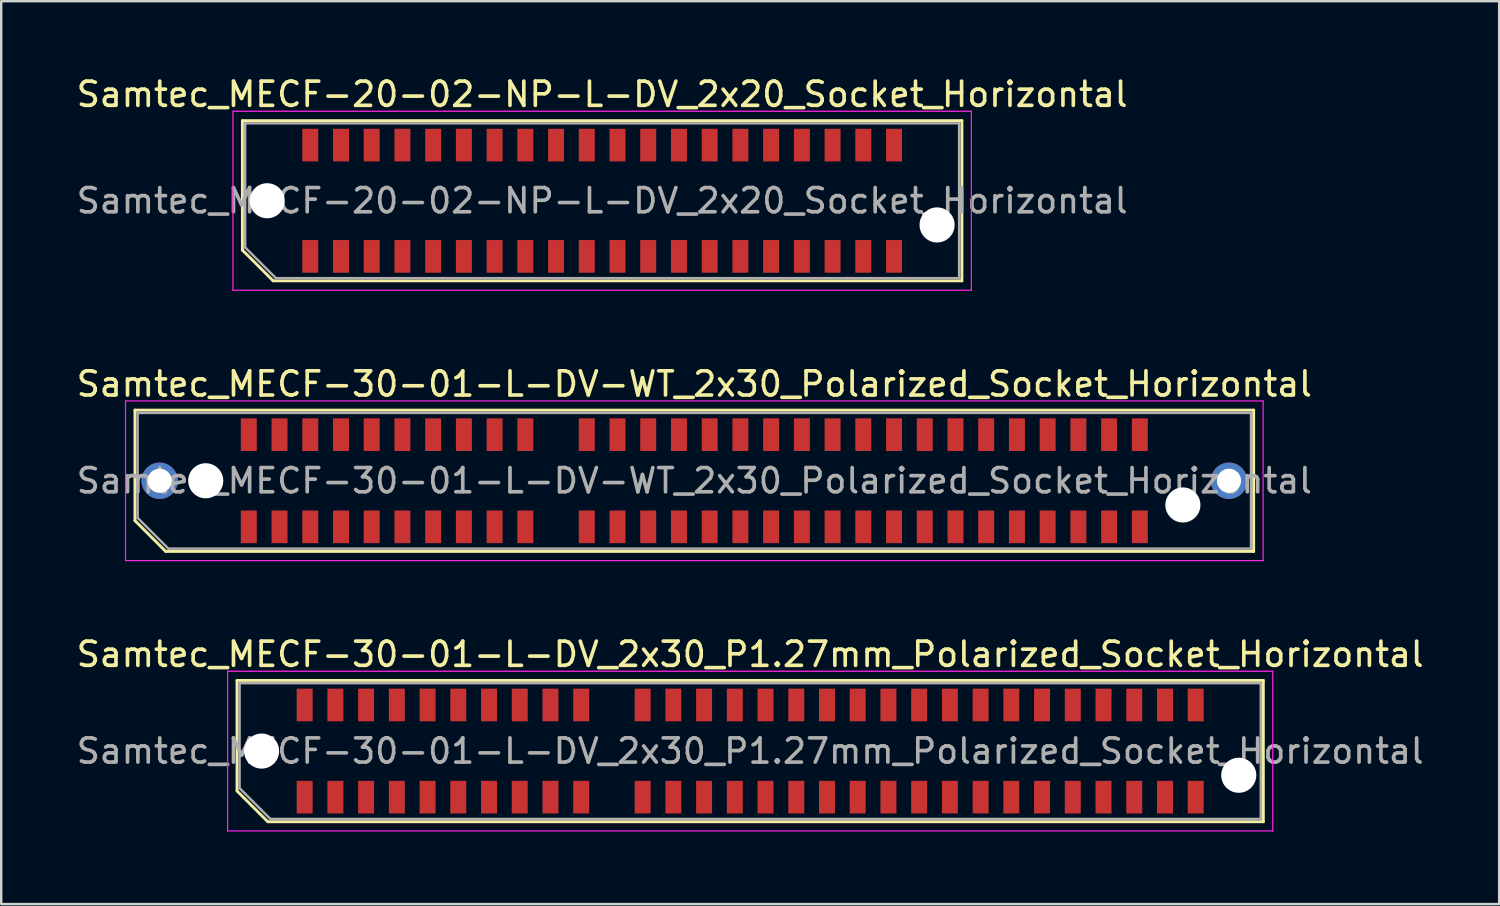
<source format=kicad_pcb>
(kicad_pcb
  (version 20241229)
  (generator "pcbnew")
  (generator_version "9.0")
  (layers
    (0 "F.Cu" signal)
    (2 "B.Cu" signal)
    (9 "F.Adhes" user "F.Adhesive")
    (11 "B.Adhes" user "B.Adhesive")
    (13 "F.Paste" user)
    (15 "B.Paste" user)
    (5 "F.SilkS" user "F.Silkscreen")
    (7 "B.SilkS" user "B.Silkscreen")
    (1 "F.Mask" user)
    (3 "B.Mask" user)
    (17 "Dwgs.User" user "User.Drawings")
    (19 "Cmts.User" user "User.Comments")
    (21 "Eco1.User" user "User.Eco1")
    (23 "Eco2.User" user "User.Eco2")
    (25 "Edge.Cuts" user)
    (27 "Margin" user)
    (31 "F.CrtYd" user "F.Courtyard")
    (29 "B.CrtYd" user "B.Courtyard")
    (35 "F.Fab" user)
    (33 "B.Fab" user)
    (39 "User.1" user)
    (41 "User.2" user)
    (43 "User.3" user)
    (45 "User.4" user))
  (footprint "Samtec_MECF-20-02-NP-L-DV_2x20_Socket_Horizontal"
    (layer "F.Cu")
    (at 21.839 5.248)
    (property "Reference" "Samtec_MECF-20-02-NP-L-DV_2x20_Socket_Horizontal" (at 0 -4.4 0) (layer "F.SilkS") (effects (font (size 1 1) (thickness 0.15))))
    (attr smd)
    (fp_line (start -14.87 -3.31) (end 14.87 -3.31) (stroke (width 0.12) (type solid)) (layer "F.SilkS"))
    (fp_line (start -14.87 2.04) (end -14.87 -3.31) (stroke (width 0.12) (type solid)) (layer "F.SilkS"))
    (fp_line (start -13.6 3.31) (end -14.87 2.04) (stroke (width 0.12) (type solid)) (layer "F.SilkS"))
    (fp_line (start -13.6 3.31) (end 14.87 3.31) (stroke (width 0.12) (type solid)) (layer "F.SilkS"))
    (fp_line (start 14.87 3.31) (end 14.87 -3.31) (stroke (width 0.12) (type solid)) (layer "F.SilkS"))
    (fp_line (start -15.26 -3.7) (end -15.26 3.7) (stroke (width 0.05) (type solid)) (layer "F.CrtYd"))
    (fp_line (start -15.26 3.7) (end 15.26 3.7) (stroke (width 0.05) (type solid)) (layer "F.CrtYd"))
    (fp_line (start 15.26 -3.7) (end -15.26 -3.7) (stroke (width 0.05) (type solid)) (layer "F.CrtYd"))
    (fp_line (start 15.26 3.7) (end 15.26 -3.7) (stroke (width 0.05) (type solid)) (layer "F.CrtYd"))
    (fp_line (start -14.755 -3.2) (end 14.755 -3.2) (stroke (width 0.1) (type solid)) (layer "F.Fab"))
    (fp_line (start -14.755 1.93) (end -14.755 -3.2) (stroke (width 0.1) (type solid)) (layer "F.Fab"))
    (fp_line (start -14.755 1.93) (end -13.485 3.2) (stroke (width 0.1) (type solid)) (layer "F.Fab"))
    (fp_line (start -13.485 3.2) (end 14.755 3.2) (stroke (width 0.1) (type solid)) (layer "F.Fab"))
    (fp_line (start 14.755 3.2) (end 14.755 -3.2) (stroke (width 0.1) (type solid)) (layer "F.Fab"))
    (fp_text user "${REFERENCE}" (at 0 0 0) (layer "F.Fab") (effects (font (size 1 1) (thickness 0.15))))
    (pad "" np_thru_hole circle (at -13.845 0) (size 1.45 1.45) (drill 1.45) (layers "*.Cu" "*.Mask"))
    (pad "" np_thru_hole circle (at 13.845 1) (size 1.45 1.45) (drill 1.45) (layers "*.Cu" "*.Mask"))
    (pad "1" smd rect (at -12.065 2.3) (size 0.66 1.35) (layers "F.Cu" "F.Mask" "F.Paste"))
    (pad "2" smd rect (at -12.065 -2.3) (size 0.66 1.35) (layers "F.Cu" "F.Mask" "F.Paste"))
    (pad "3" smd rect (at -10.795 2.3) (size 0.66 1.35) (layers "F.Cu" "F.Mask" "F.Paste"))
    (pad "4" smd rect (at -10.795 -2.3) (size 0.66 1.35) (layers "F.Cu" "F.Mask" "F.Paste"))
    (pad "5" smd rect (at -9.525 2.3) (size 0.66 1.35) (layers "F.Cu" "F.Mask" "F.Paste"))
    (pad "6" smd rect (at -9.525 -2.3) (size 0.66 1.35) (layers "F.Cu" "F.Mask" "F.Paste"))
    (pad "7" smd rect (at -8.255 2.3) (size 0.66 1.35) (layers "F.Cu" "F.Mask" "F.Paste"))
    (pad "8" smd rect (at -8.255 -2.3) (size 0.66 1.35) (layers "F.Cu" "F.Mask" "F.Paste"))
    (pad "9" smd rect (at -6.985 2.3) (size 0.66 1.35) (layers "F.Cu" "F.Mask" "F.Paste"))
    (pad "10" smd rect (at -6.985 -2.3) (size 0.66 1.35) (layers "F.Cu" "F.Mask" "F.Paste"))
    (pad "11" smd rect (at -5.715 2.3) (size 0.66 1.35) (layers "F.Cu" "F.Mask" "F.Paste"))
    (pad "12" smd rect (at -5.715 -2.3) (size 0.66 1.35) (layers "F.Cu" "F.Mask" "F.Paste"))
    (pad "13" smd rect (at -4.445 2.3) (size 0.66 1.35) (layers "F.Cu" "F.Mask" "F.Paste"))
    (pad "14" smd rect (at -4.445 -2.3) (size 0.66 1.35) (layers "F.Cu" "F.Mask" "F.Paste"))
    (pad "15" smd rect (at -3.175 2.3) (size 0.66 1.35) (layers "F.Cu" "F.Mask" "F.Paste"))
    (pad "16" smd rect (at -3.175 -2.3) (size 0.66 1.35) (layers "F.Cu" "F.Mask" "F.Paste"))
    (pad "17" smd rect (at -1.905 2.3) (size 0.66 1.35) (layers "F.Cu" "F.Mask" "F.Paste"))
    (pad "18" smd rect (at -1.905 -2.3) (size 0.66 1.35) (layers "F.Cu" "F.Mask" "F.Paste"))
    (pad "19" smd rect (at -0.635 2.3) (size 0.66 1.35) (layers "F.Cu" "F.Mask" "F.Paste"))
    (pad "20" smd rect (at -0.635 -2.3) (size 0.66 1.35) (layers "F.Cu" "F.Mask" "F.Paste"))
    (pad "21" smd rect (at 0.635 2.3) (size 0.66 1.35) (layers "F.Cu" "F.Mask" "F.Paste"))
    (pad "22" smd rect (at 0.635 -2.3) (size 0.66 1.35) (layers "F.Cu" "F.Mask" "F.Paste"))
    (pad "23" smd rect (at 1.905 2.3) (size 0.66 1.35) (layers "F.Cu" "F.Mask" "F.Paste"))
    (pad "24" smd rect (at 1.905 -2.3) (size 0.66 1.35) (layers "F.Cu" "F.Mask" "F.Paste"))
    (pad "25" smd rect (at 3.175 2.3) (size 0.66 1.35) (layers "F.Cu" "F.Mask" "F.Paste"))
    (pad "26" smd rect (at 3.175 -2.3) (size 0.66 1.35) (layers "F.Cu" "F.Mask" "F.Paste"))
    (pad "27" smd rect (at 4.445 2.3) (size 0.66 1.35) (layers "F.Cu" "F.Mask" "F.Paste"))
    (pad "28" smd rect (at 4.445 -2.3) (size 0.66 1.35) (layers "F.Cu" "F.Mask" "F.Paste"))
    (pad "29" smd rect (at 5.715 2.3) (size 0.66 1.35) (layers "F.Cu" "F.Mask" "F.Paste"))
    (pad "30" smd rect (at 5.715 -2.3) (size 0.66 1.35) (layers "F.Cu" "F.Mask" "F.Paste"))
    (pad "31" smd rect (at 6.985 2.3) (size 0.66 1.35) (layers "F.Cu" "F.Mask" "F.Paste"))
    (pad "32" smd rect (at 6.985 -2.3) (size 0.66 1.35) (layers "F.Cu" "F.Mask" "F.Paste"))
    (pad "33" smd rect (at 8.255 2.3) (size 0.66 1.35) (layers "F.Cu" "F.Mask" "F.Paste"))
    (pad "34" smd rect (at 8.255 -2.3) (size 0.66 1.35) (layers "F.Cu" "F.Mask" "F.Paste"))
    (pad "35" smd rect (at 9.525 2.3) (size 0.66 1.35) (layers "F.Cu" "F.Mask" "F.Paste"))
    (pad "36" smd rect (at 9.525 -2.3) (size 0.66 1.35) (layers "F.Cu" "F.Mask" "F.Paste"))
    (pad "37" smd rect (at 10.795 2.3) (size 0.66 1.35) (layers "F.Cu" "F.Mask" "F.Paste"))
    (pad "38" smd rect (at 10.795 -2.3) (size 0.66 1.35) (layers "F.Cu" "F.Mask" "F.Paste"))
    (pad "39" smd rect (at 12.065 2.3) (size 0.66 1.35) (layers "F.Cu" "F.Mask" "F.Paste"))
    (pad "40" smd rect (at 12.065 -2.3) (size 0.66 1.35) (layers "F.Cu" "F.Mask" "F.Paste")))
  (footprint "Samtec_MECF-30-01-L-DV-WT_2x30_Polarized_Socket_Horizontal"
    (layer "F.Cu")
    (at 25.649 16.822)
    (property "Reference" "Samtec_MECF-30-01-L-DV-WT_2x30_Polarized_Socket_Horizontal" (at 0 -4 0) (layer "F.SilkS") (effects (font (size 1 1) (thickness 0.15))))
    (attr smd)
    (fp_line (start -23.12 -2.92) (end 23.12 -2.92) (stroke (width 0.12) (type solid)) (layer "F.SilkS"))
    (fp_line (start -23.12 1.65) (end -23.12 -2.92) (stroke (width 0.12) (type solid)) (layer "F.SilkS"))
    (fp_line (start -21.85 2.92) (end -23.12 1.65) (stroke (width 0.12) (type solid)) (layer "F.SilkS"))
    (fp_line (start -21.85 2.92) (end 23.12 2.92) (stroke (width 0.12) (type solid)) (layer "F.SilkS"))
    (fp_line (start 23.12 2.92) (end 23.12 -2.92) (stroke (width 0.12) (type solid)) (layer "F.SilkS"))
    (fp_line (start -23.51 -3.3) (end -23.51 3.3) (stroke (width 0.05) (type solid)) (layer "F.CrtYd"))
    (fp_line (start -23.51 3.3) (end 23.51 3.3) (stroke (width 0.05) (type solid)) (layer "F.CrtYd"))
    (fp_line (start 23.51 -3.3) (end -23.51 -3.3) (stroke (width 0.05) (type solid)) (layer "F.CrtYd"))
    (fp_line (start 23.51 3.3) (end 23.51 -3.3) (stroke (width 0.05) (type solid)) (layer "F.CrtYd"))
    (fp_line (start -23.01 -2.805) (end 23.01 -2.805) (stroke (width 0.1) (type solid)) (layer "F.Fab"))
    (fp_line (start -23.01 1.535) (end -23.01 -2.805) (stroke (width 0.1) (type solid)) (layer "F.Fab"))
    (fp_line (start -23.01 1.535) (end -21.74 2.805) (stroke (width 0.1) (type solid)) (layer "F.Fab"))
    (fp_line (start -21.74 2.805) (end 23.01 2.805) (stroke (width 0.1) (type solid)) (layer "F.Fab"))
    (fp_line (start 23.01 2.805) (end 23.01 -2.805) (stroke (width 0.1) (type solid)) (layer "F.Fab"))
    (fp_text user "${REFERENCE}" (at 0 0 0) (layer "F.Fab") (effects (font (size 1 1) (thickness 0.15))))
    (pad "" thru_hole circle (at -22.1 0) (size 1.5 1.5) (drill 1) (layers "*.Cu" "*.Mask"))
    (pad "" np_thru_hole circle (at -20.195 0) (size 1.45 1.45) (drill 1.45) (layers "*.Cu" "*.Mask"))
    (pad "" np_thru_hole circle (at 20.195 1) (size 1.45 1.45) (drill 1.45) (layers "*.Cu" "*.Mask"))
    (pad "" thru_hole circle (at 22.1 0) (size 1.5 1.5) (drill 1) (layers "*.Cu" "*.Mask"))
    (pad "1" smd rect (at -18.415 1.905) (size 0.66 1.35) (layers "F.Cu" "F.Mask" "F.Paste"))
    (pad "2" smd rect (at -18.415 -1.905) (size 0.66 1.35) (layers "F.Cu" "F.Mask" "F.Paste"))
    (pad "3" smd rect (at -17.145 1.905) (size 0.66 1.35) (layers "F.Cu" "F.Mask" "F.Paste"))
    (pad "4" smd rect (at -17.145 -1.905) (size 0.66 1.35) (layers "F.Cu" "F.Mask" "F.Paste"))
    (pad "5" smd rect (at -15.875 1.905) (size 0.66 1.35) (layers "F.Cu" "F.Mask" "F.Paste"))
    (pad "6" smd rect (at -15.875 -1.905) (size 0.66 1.35) (layers "F.Cu" "F.Mask" "F.Paste"))
    (pad "7" smd rect (at -14.605 1.905) (size 0.66 1.35) (layers "F.Cu" "F.Mask" "F.Paste"))
    (pad "8" smd rect (at -14.605 -1.905) (size 0.66 1.35) (layers "F.Cu" "F.Mask" "F.Paste"))
    (pad "9" smd rect (at -13.335 1.905) (size 0.66 1.35) (layers "F.Cu" "F.Mask" "F.Paste"))
    (pad "10" smd rect (at -13.335 -1.905) (size 0.66 1.35) (layers "F.Cu" "F.Mask" "F.Paste"))
    (pad "11" smd rect (at -12.065 1.905) (size 0.66 1.35) (layers "F.Cu" "F.Mask" "F.Paste"))
    (pad "12" smd rect (at -12.065 -1.905) (size 0.66 1.35) (layers "F.Cu" "F.Mask" "F.Paste"))
    (pad "13" smd rect (at -10.795 1.905) (size 0.66 1.35) (layers "F.Cu" "F.Mask" "F.Paste"))
    (pad "14" smd rect (at -10.795 -1.905) (size 0.66 1.35) (layers "F.Cu" "F.Mask" "F.Paste"))
    (pad "15" smd rect (at -9.525 1.905) (size 0.66 1.35) (layers "F.Cu" "F.Mask" "F.Paste"))
    (pad "16" smd rect (at -9.525 -1.905) (size 0.66 1.35) (layers "F.Cu" "F.Mask" "F.Paste"))
    (pad "17" smd rect (at -8.255 1.905) (size 0.66 1.35) (layers "F.Cu" "F.Mask" "F.Paste"))
    (pad "18" smd rect (at -8.255 -1.905) (size 0.66 1.35) (layers "F.Cu" "F.Mask" "F.Paste"))
    (pad "19" smd rect (at -6.985 1.905) (size 0.66 1.35) (layers "F.Cu" "F.Mask" "F.Paste"))
    (pad "20" smd rect (at -6.985 -1.905) (size 0.66 1.35) (layers "F.Cu" "F.Mask" "F.Paste"))
    (pad "23" smd rect (at -4.445 1.905) (size 0.66 1.35) (layers "F.Cu" "F.Mask" "F.Paste"))
    (pad "24" smd rect (at -4.445 -1.905) (size 0.66 1.35) (layers "F.Cu" "F.Mask" "F.Paste"))
    (pad "25" smd rect (at -3.175 1.905) (size 0.66 1.35) (layers "F.Cu" "F.Mask" "F.Paste"))
    (pad "26" smd rect (at -3.175 -1.905) (size 0.66 1.35) (layers "F.Cu" "F.Mask" "F.Paste"))
    (pad "27" smd rect (at -1.905 1.905) (size 0.66 1.35) (layers "F.Cu" "F.Mask" "F.Paste"))
    (pad "28" smd rect (at -1.905 -1.905) (size 0.66 1.35) (layers "F.Cu" "F.Mask" "F.Paste"))
    (pad "29" smd rect (at -0.635 1.905) (size 0.66 1.35) (layers "F.Cu" "F.Mask" "F.Paste"))
    (pad "30" smd rect (at -0.635 -1.905) (size 0.66 1.35) (layers "F.Cu" "F.Mask" "F.Paste"))
    (pad "31" smd rect (at 0.635 1.905) (size 0.66 1.35) (layers "F.Cu" "F.Mask" "F.Paste"))
    (pad "32" smd rect (at 0.635 -1.905) (size 0.66 1.35) (layers "F.Cu" "F.Mask" "F.Paste"))
    (pad "33" smd rect (at 1.905 1.905) (size 0.66 1.35) (layers "F.Cu" "F.Mask" "F.Paste"))
    (pad "34" smd rect (at 1.905 -1.905) (size 0.66 1.35) (layers "F.Cu" "F.Mask" "F.Paste"))
    (pad "35" smd rect (at 3.175 1.905) (size 0.66 1.35) (layers "F.Cu" "F.Mask" "F.Paste"))
    (pad "36" smd rect (at 3.175 -1.905) (size 0.66 1.35) (layers "F.Cu" "F.Mask" "F.Paste"))
    (pad "37" smd rect (at 4.445 1.905) (size 0.66 1.35) (layers "F.Cu" "F.Mask" "F.Paste"))
    (pad "38" smd rect (at 4.445 -1.905) (size 0.66 1.35) (layers "F.Cu" "F.Mask" "F.Paste"))
    (pad "39" smd rect (at 5.715 1.905) (size 0.66 1.35) (layers "F.Cu" "F.Mask" "F.Paste"))
    (pad "40" smd rect (at 5.715 -1.905) (size 0.66 1.35) (layers "F.Cu" "F.Mask" "F.Paste"))
    (pad "41" smd rect (at 6.985 1.905) (size 0.66 1.35) (layers "F.Cu" "F.Mask" "F.Paste"))
    (pad "42" smd rect (at 6.985 -1.905) (size 0.66 1.35) (layers "F.Cu" "F.Mask" "F.Paste"))
    (pad "43" smd rect (at 8.255 1.905) (size 0.66 1.35) (layers "F.Cu" "F.Mask" "F.Paste"))
    (pad "44" smd rect (at 8.255 -1.905) (size 0.66 1.35) (layers "F.Cu" "F.Mask" "F.Paste"))
    (pad "45" smd rect (at 9.525 1.905) (size 0.66 1.35) (layers "F.Cu" "F.Mask" "F.Paste"))
    (pad "46" smd rect (at 9.525 -1.905) (size 0.66 1.35) (layers "F.Cu" "F.Mask" "F.Paste"))
    (pad "47" smd rect (at 10.795 1.905) (size 0.66 1.35) (layers "F.Cu" "F.Mask" "F.Paste"))
    (pad "48" smd rect (at 10.795 -1.905) (size 0.66 1.35) (layers "F.Cu" "F.Mask" "F.Paste"))
    (pad "49" smd rect (at 12.065 1.905) (size 0.66 1.35) (layers "F.Cu" "F.Mask" "F.Paste"))
    (pad "50" smd rect (at 12.065 -1.905) (size 0.66 1.35) (layers "F.Cu" "F.Mask" "F.Paste"))
    (pad "51" smd rect (at 13.335 1.905) (size 0.66 1.35) (layers "F.Cu" "F.Mask" "F.Paste"))
    (pad "52" smd rect (at 13.335 -1.905) (size 0.66 1.35) (layers "F.Cu" "F.Mask" "F.Paste"))
    (pad "53" smd rect (at 14.605 1.905) (size 0.66 1.35) (layers "F.Cu" "F.Mask" "F.Paste"))
    (pad "54" smd rect (at 14.605 -1.905) (size 0.66 1.35) (layers "F.Cu" "F.Mask" "F.Paste"))
    (pad "55" smd rect (at 15.875 1.905) (size 0.66 1.35) (layers "F.Cu" "F.Mask" "F.Paste"))
    (pad "56" smd rect (at 15.875 -1.905) (size 0.66 1.35) (layers "F.Cu" "F.Mask" "F.Paste"))
    (pad "57" smd rect (at 17.145 1.905) (size 0.66 1.35) (layers "F.Cu" "F.Mask" "F.Paste"))
    (pad "58" smd rect (at 17.145 -1.905) (size 0.66 1.35) (layers "F.Cu" "F.Mask" "F.Paste"))
    (pad "59" smd rect (at 18.415 1.905) (size 0.66 1.35) (layers "F.Cu" "F.Mask" "F.Paste"))
    (pad "60" smd rect (at 18.415 -1.905) (size 0.66 1.35) (layers "F.Cu" "F.Mask" "F.Paste")))
  (footprint "Samtec_MECF-30-01-L-DV_2x30_P1.27mm_Polarized_Socket_Horizontal"
    (layer "F.Cu")
    (at 27.958 27.995)
    (property "Reference" "Samtec_MECF-30-01-L-DV_2x30_P1.27mm_Polarized_Socket_Horizontal" (at 0 -4 0) (layer "F.SilkS") (effects (font (size 1 1) (thickness 0.15))))
    (attr smd)
    (fp_line (start -21.21 -2.92) (end 21.21 -2.92) (stroke (width 0.12) (type solid)) (layer "F.SilkS"))
    (fp_line (start -21.21 1.65) (end -21.21 -2.92) (stroke (width 0.12) (type solid)) (layer "F.SilkS"))
    (fp_line (start -19.94 2.92) (end -21.21 1.65) (stroke (width 0.12) (type solid)) (layer "F.SilkS"))
    (fp_line (start -19.94 2.92) (end 21.21 2.92) (stroke (width 0.12) (type solid)) (layer "F.SilkS"))
    (fp_line (start 21.21 2.92) (end 21.21 -2.92) (stroke (width 0.12) (type solid)) (layer "F.SilkS"))
    (fp_line (start -21.6 -3.3) (end -21.6 3.3) (stroke (width 0.05) (type solid)) (layer "F.CrtYd"))
    (fp_line (start -21.6 3.3) (end 21.6 3.3) (stroke (width 0.05) (type solid)) (layer "F.CrtYd"))
    (fp_line (start 21.6 -3.3) (end -21.6 -3.3) (stroke (width 0.05) (type solid)) (layer "F.CrtYd"))
    (fp_line (start 21.6 3.3) (end 21.6 -3.3) (stroke (width 0.05) (type solid)) (layer "F.CrtYd"))
    (fp_line (start -21.105 -2.805) (end 21.105 -2.805) (stroke (width 0.1) (type solid)) (layer "F.Fab"))
    (fp_line (start -21.105 1.535) (end -21.105 -2.805) (stroke (width 0.1) (type solid)) (layer "F.Fab"))
    (fp_line (start -21.105 1.535) (end -19.835 2.805) (stroke (width 0.1) (type solid)) (layer "F.Fab"))
    (fp_line (start -19.835 2.805) (end 21.105 2.805) (stroke (width 0.1) (type solid)) (layer "F.Fab"))
    (fp_line (start 21.105 2.805) (end 21.105 -2.805) (stroke (width 0.1) (type solid)) (layer "F.Fab"))
    (fp_text user "${REFERENCE}" (at 0 0 0) (layer "F.Fab") (effects (font (size 1 1) (thickness 0.15))))
    (pad "" np_thru_hole circle (at -20.195 0) (size 1.45 1.45) (drill 1.45) (layers "*.Cu" "*.Mask"))
    (pad "" np_thru_hole circle (at 20.195 1) (size 1.45 1.45) (drill 1.45) (layers "*.Cu" "*.Mask"))
    (pad "1" smd rect (at -18.415 1.905) (size 0.66 1.35) (layers "F.Cu" "F.Mask" "F.Paste"))
    (pad "2" smd rect (at -18.415 -1.905) (size 0.66 1.35) (layers "F.Cu" "F.Mask" "F.Paste"))
    (pad "3" smd rect (at -17.145 1.905) (size 0.66 1.35) (layers "F.Cu" "F.Mask" "F.Paste"))
    (pad "4" smd rect (at -17.145 -1.905) (size 0.66 1.35) (layers "F.Cu" "F.Mask" "F.Paste"))
    (pad "5" smd rect (at -15.875 1.905) (size 0.66 1.35) (layers "F.Cu" "F.Mask" "F.Paste"))
    (pad "6" smd rect (at -15.875 -1.905) (size 0.66 1.35) (layers "F.Cu" "F.Mask" "F.Paste"))
    (pad "7" smd rect (at -14.605 1.905) (size 0.66 1.35) (layers "F.Cu" "F.Mask" "F.Paste"))
    (pad "8" smd rect (at -14.605 -1.905) (size 0.66 1.35) (layers "F.Cu" "F.Mask" "F.Paste"))
    (pad "9" smd rect (at -13.335 1.905) (size 0.66 1.35) (layers "F.Cu" "F.Mask" "F.Paste"))
    (pad "10" smd rect (at -13.335 -1.905) (size 0.66 1.35) (layers "F.Cu" "F.Mask" "F.Paste"))
    (pad "11" smd rect (at -12.065 1.905) (size 0.66 1.35) (layers "F.Cu" "F.Mask" "F.Paste"))
    (pad "12" smd rect (at -12.065 -1.905) (size 0.66 1.35) (layers "F.Cu" "F.Mask" "F.Paste"))
    (pad "13" smd rect (at -10.795 1.905) (size 0.66 1.35) (layers "F.Cu" "F.Mask" "F.Paste"))
    (pad "14" smd rect (at -10.795 -1.905) (size 0.66 1.35) (layers "F.Cu" "F.Mask" "F.Paste"))
    (pad "15" smd rect (at -9.525 1.905) (size 0.66 1.35) (layers "F.Cu" "F.Mask" "F.Paste"))
    (pad "16" smd rect (at -9.525 -1.905) (size 0.66 1.35) (layers "F.Cu" "F.Mask" "F.Paste"))
    (pad "17" smd rect (at -8.255 1.905) (size 0.66 1.35) (layers "F.Cu" "F.Mask" "F.Paste"))
    (pad "18" smd rect (at -8.255 -1.905) (size 0.66 1.35) (layers "F.Cu" "F.Mask" "F.Paste"))
    (pad "19" smd rect (at -6.985 1.905) (size 0.66 1.35) (layers "F.Cu" "F.Mask" "F.Paste"))
    (pad "20" smd rect (at -6.985 -1.905) (size 0.66 1.35) (layers "F.Cu" "F.Mask" "F.Paste"))
    (pad "23" smd rect (at -4.445 1.905) (size 0.66 1.35) (layers "F.Cu" "F.Mask" "F.Paste"))
    (pad "24" smd rect (at -4.445 -1.905) (size 0.66 1.35) (layers "F.Cu" "F.Mask" "F.Paste"))
    (pad "25" smd rect (at -3.175 1.905) (size 0.66 1.35) (layers "F.Cu" "F.Mask" "F.Paste"))
    (pad "26" smd rect (at -3.175 -1.905) (size 0.66 1.35) (layers "F.Cu" "F.Mask" "F.Paste"))
    (pad "27" smd rect (at -1.905 1.905) (size 0.66 1.35) (layers "F.Cu" "F.Mask" "F.Paste"))
    (pad "28" smd rect (at -1.905 -1.905) (size 0.66 1.35) (layers "F.Cu" "F.Mask" "F.Paste"))
    (pad "29" smd rect (at -0.635 1.905) (size 0.66 1.35) (layers "F.Cu" "F.Mask" "F.Paste"))
    (pad "30" smd rect (at -0.635 -1.905) (size 0.66 1.35) (layers "F.Cu" "F.Mask" "F.Paste"))
    (pad "31" smd rect (at 0.635 1.905) (size 0.66 1.35) (layers "F.Cu" "F.Mask" "F.Paste"))
    (pad "32" smd rect (at 0.635 -1.905) (size 0.66 1.35) (layers "F.Cu" "F.Mask" "F.Paste"))
    (pad "33" smd rect (at 1.905 1.905) (size 0.66 1.35) (layers "F.Cu" "F.Mask" "F.Paste"))
    (pad "34" smd rect (at 1.905 -1.905) (size 0.66 1.35) (layers "F.Cu" "F.Mask" "F.Paste"))
    (pad "35" smd rect (at 3.175 1.905) (size 0.66 1.35) (layers "F.Cu" "F.Mask" "F.Paste"))
    (pad "36" smd rect (at 3.175 -1.905) (size 0.66 1.35) (layers "F.Cu" "F.Mask" "F.Paste"))
    (pad "37" smd rect (at 4.445 1.905) (size 0.66 1.35) (layers "F.Cu" "F.Mask" "F.Paste"))
    (pad "38" smd rect (at 4.445 -1.905) (size 0.66 1.35) (layers "F.Cu" "F.Mask" "F.Paste"))
    (pad "39" smd rect (at 5.715 1.905) (size 0.66 1.35) (layers "F.Cu" "F.Mask" "F.Paste"))
    (pad "40" smd rect (at 5.715 -1.905) (size 0.66 1.35) (layers "F.Cu" "F.Mask" "F.Paste"))
    (pad "41" smd rect (at 6.985 1.905) (size 0.66 1.35) (layers "F.Cu" "F.Mask" "F.Paste"))
    (pad "42" smd rect (at 6.985 -1.905) (size 0.66 1.35) (layers "F.Cu" "F.Mask" "F.Paste"))
    (pad "43" smd rect (at 8.255 1.905) (size 0.66 1.35) (layers "F.Cu" "F.Mask" "F.Paste"))
    (pad "44" smd rect (at 8.255 -1.905) (size 0.66 1.35) (layers "F.Cu" "F.Mask" "F.Paste"))
    (pad "45" smd rect (at 9.525 1.905) (size 0.66 1.35) (layers "F.Cu" "F.Mask" "F.Paste"))
    (pad "46" smd rect (at 9.525 -1.905) (size 0.66 1.35) (layers "F.Cu" "F.Mask" "F.Paste"))
    (pad "47" smd rect (at 10.795 1.905) (size 0.66 1.35) (layers "F.Cu" "F.Mask" "F.Paste"))
    (pad "48" smd rect (at 10.795 -1.905) (size 0.66 1.35) (layers "F.Cu" "F.Mask" "F.Paste"))
    (pad "49" smd rect (at 12.065 1.905) (size 0.66 1.35) (layers "F.Cu" "F.Mask" "F.Paste"))
    (pad "50" smd rect (at 12.065 -1.905) (size 0.66 1.35) (layers "F.Cu" "F.Mask" "F.Paste"))
    (pad "51" smd rect (at 13.335 1.905) (size 0.66 1.35) (layers "F.Cu" "F.Mask" "F.Paste"))
    (pad "52" smd rect (at 13.335 -1.905) (size 0.66 1.35) (layers "F.Cu" "F.Mask" "F.Paste"))
    (pad "53" smd rect (at 14.605 1.905) (size 0.66 1.35) (layers "F.Cu" "F.Mask" "F.Paste"))
    (pad "54" smd rect (at 14.605 -1.905) (size 0.66 1.35) (layers "F.Cu" "F.Mask" "F.Paste"))
    (pad "55" smd rect (at 15.875 1.905) (size 0.66 1.35) (layers "F.Cu" "F.Mask" "F.Paste"))
    (pad "56" smd rect (at 15.875 -1.905) (size 0.66 1.35) (layers "F.Cu" "F.Mask" "F.Paste"))
    (pad "57" smd rect (at 17.145 1.905) (size 0.66 1.35) (layers "F.Cu" "F.Mask" "F.Paste"))
    (pad "58" smd rect (at 17.145 -1.905) (size 0.66 1.35) (layers "F.Cu" "F.Mask" "F.Paste"))
    (pad "59" smd rect (at 18.415 1.905) (size 0.66 1.35) (layers "F.Cu" "F.Mask" "F.Paste"))
    (pad "60" smd rect (at 18.415 -1.905) (size 0.66 1.35) (layers "F.Cu" "F.Mask" "F.Paste")))
  (gr_rect
    (start -3 -3)
    (end 58.917 34.32)
    (stroke (width 0.1) (type default))
    (fill no)
    (layer "Edge.Cuts")))
</source>
